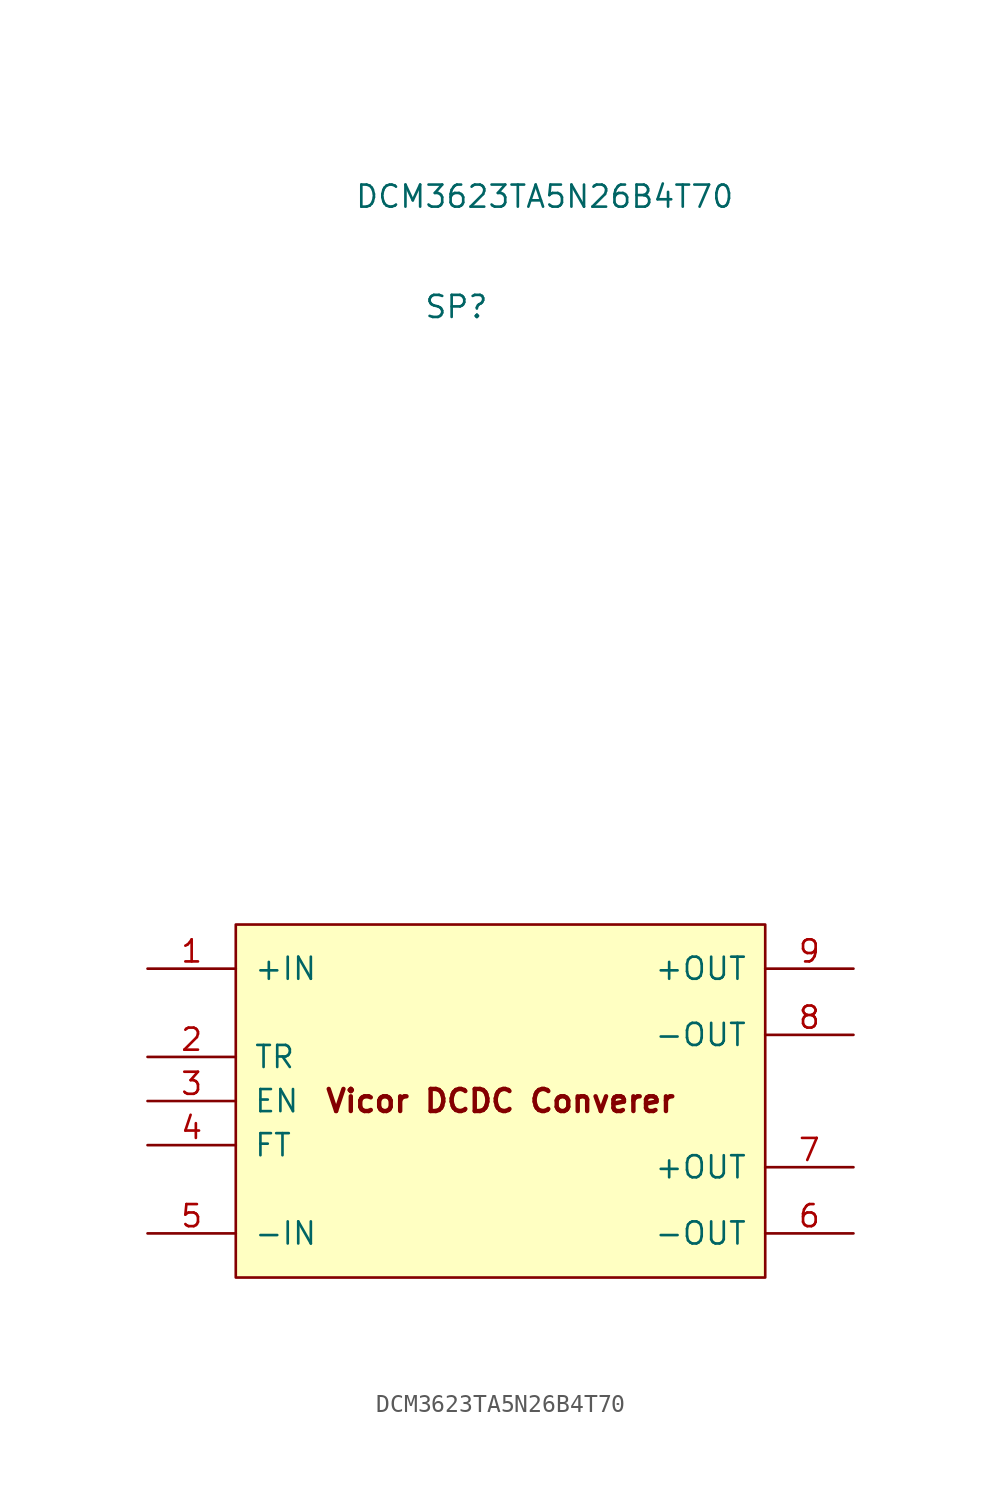
<source format=kicad_sym>
(kicad_symbol_lib
  (version 20241209)
  (generator "kicad_symbol_editor")
  (generator_version "9.0")
  (symbol "DCM3623TA5N26B4T70"
    (pin_names
      (offset 1.016))
    (property "Reference" "SP"
      (at 12.7 55.88 0)
      (effects (font (size 1.27 1.27))))
    (property "Value" "DCM3623TA5N26B4T70"
      (at 17.78 62.23 0)
      (effects (font (size 1.27 1.27))))
    (symbol "DCM3623TA5N26B4T70_0_0"
      (text "Vicor DCDC Converer" (at 15.24 10.16 0) (effects (font (size 1.27 1.27) (bold yes)))))
    (symbol "DCM3623TA5N26B4T70_0_1"
      (rectangle (start 0 0) (end 30.48 20.32) (stroke (width 0) (type solid)) (fill (type background))))
    (symbol "DCM3623TA5N26B4T70_1_1"
      (pin input line (at -5.08 17.78 0) (length 5.08) (name "+IN" (effects (font (size 1.27 1.27)))) (number "1" (effects (font (size 1.27 1.27)))))
      (pin input line (at -5.08 12.7 0) (length 5.08) (name "TR" (effects (font (size 1.27 1.27)))) (number "2" (effects (font (size 1.27 1.27)))))
      (pin input line (at -5.08 10.16 0) (length 5.08) (name "EN" (effects (font (size 1.27 1.27)))) (number "3" (effects (font (size 1.27 1.27)))))
      (pin input line (at -5.08 7.62 0) (length 5.08) (name "FT" (effects (font (size 1.27 1.27)))) (number "4" (effects (font (size 1.27 1.27)))))
      (pin input line (at -5.08 2.54 0) (length 5.08) (name "-IN" (effects (font (size 1.27 1.27)))) (number "5" (effects (font (size 1.27 1.27)))))
      (pin input line (at 35.56 17.78 180) (length 5.08) (name "+OUT" (effects (font (size 1.27 1.27)))) (number "9" (effects (font (size 1.27 1.27)))))
      (pin input line (at 35.56 13.97 180) (length 5.08) (name "-OUT" (effects (font (size 1.27 1.27)))) (number "8" (effects (font (size 1.27 1.27)))))
      (pin input line (at 35.56 6.35 180) (length 5.08) (name "+OUT" (effects (font (size 1.27 1.27)))) (number "7" (effects (font (size 1.27 1.27)))))
      (pin input line (at 35.56 2.54 180) (length 5.08) (name "-OUT" (effects (font (size 1.27 1.27)))) (number "6" (effects (font (size 1.27 1.27))))))))
</source>
